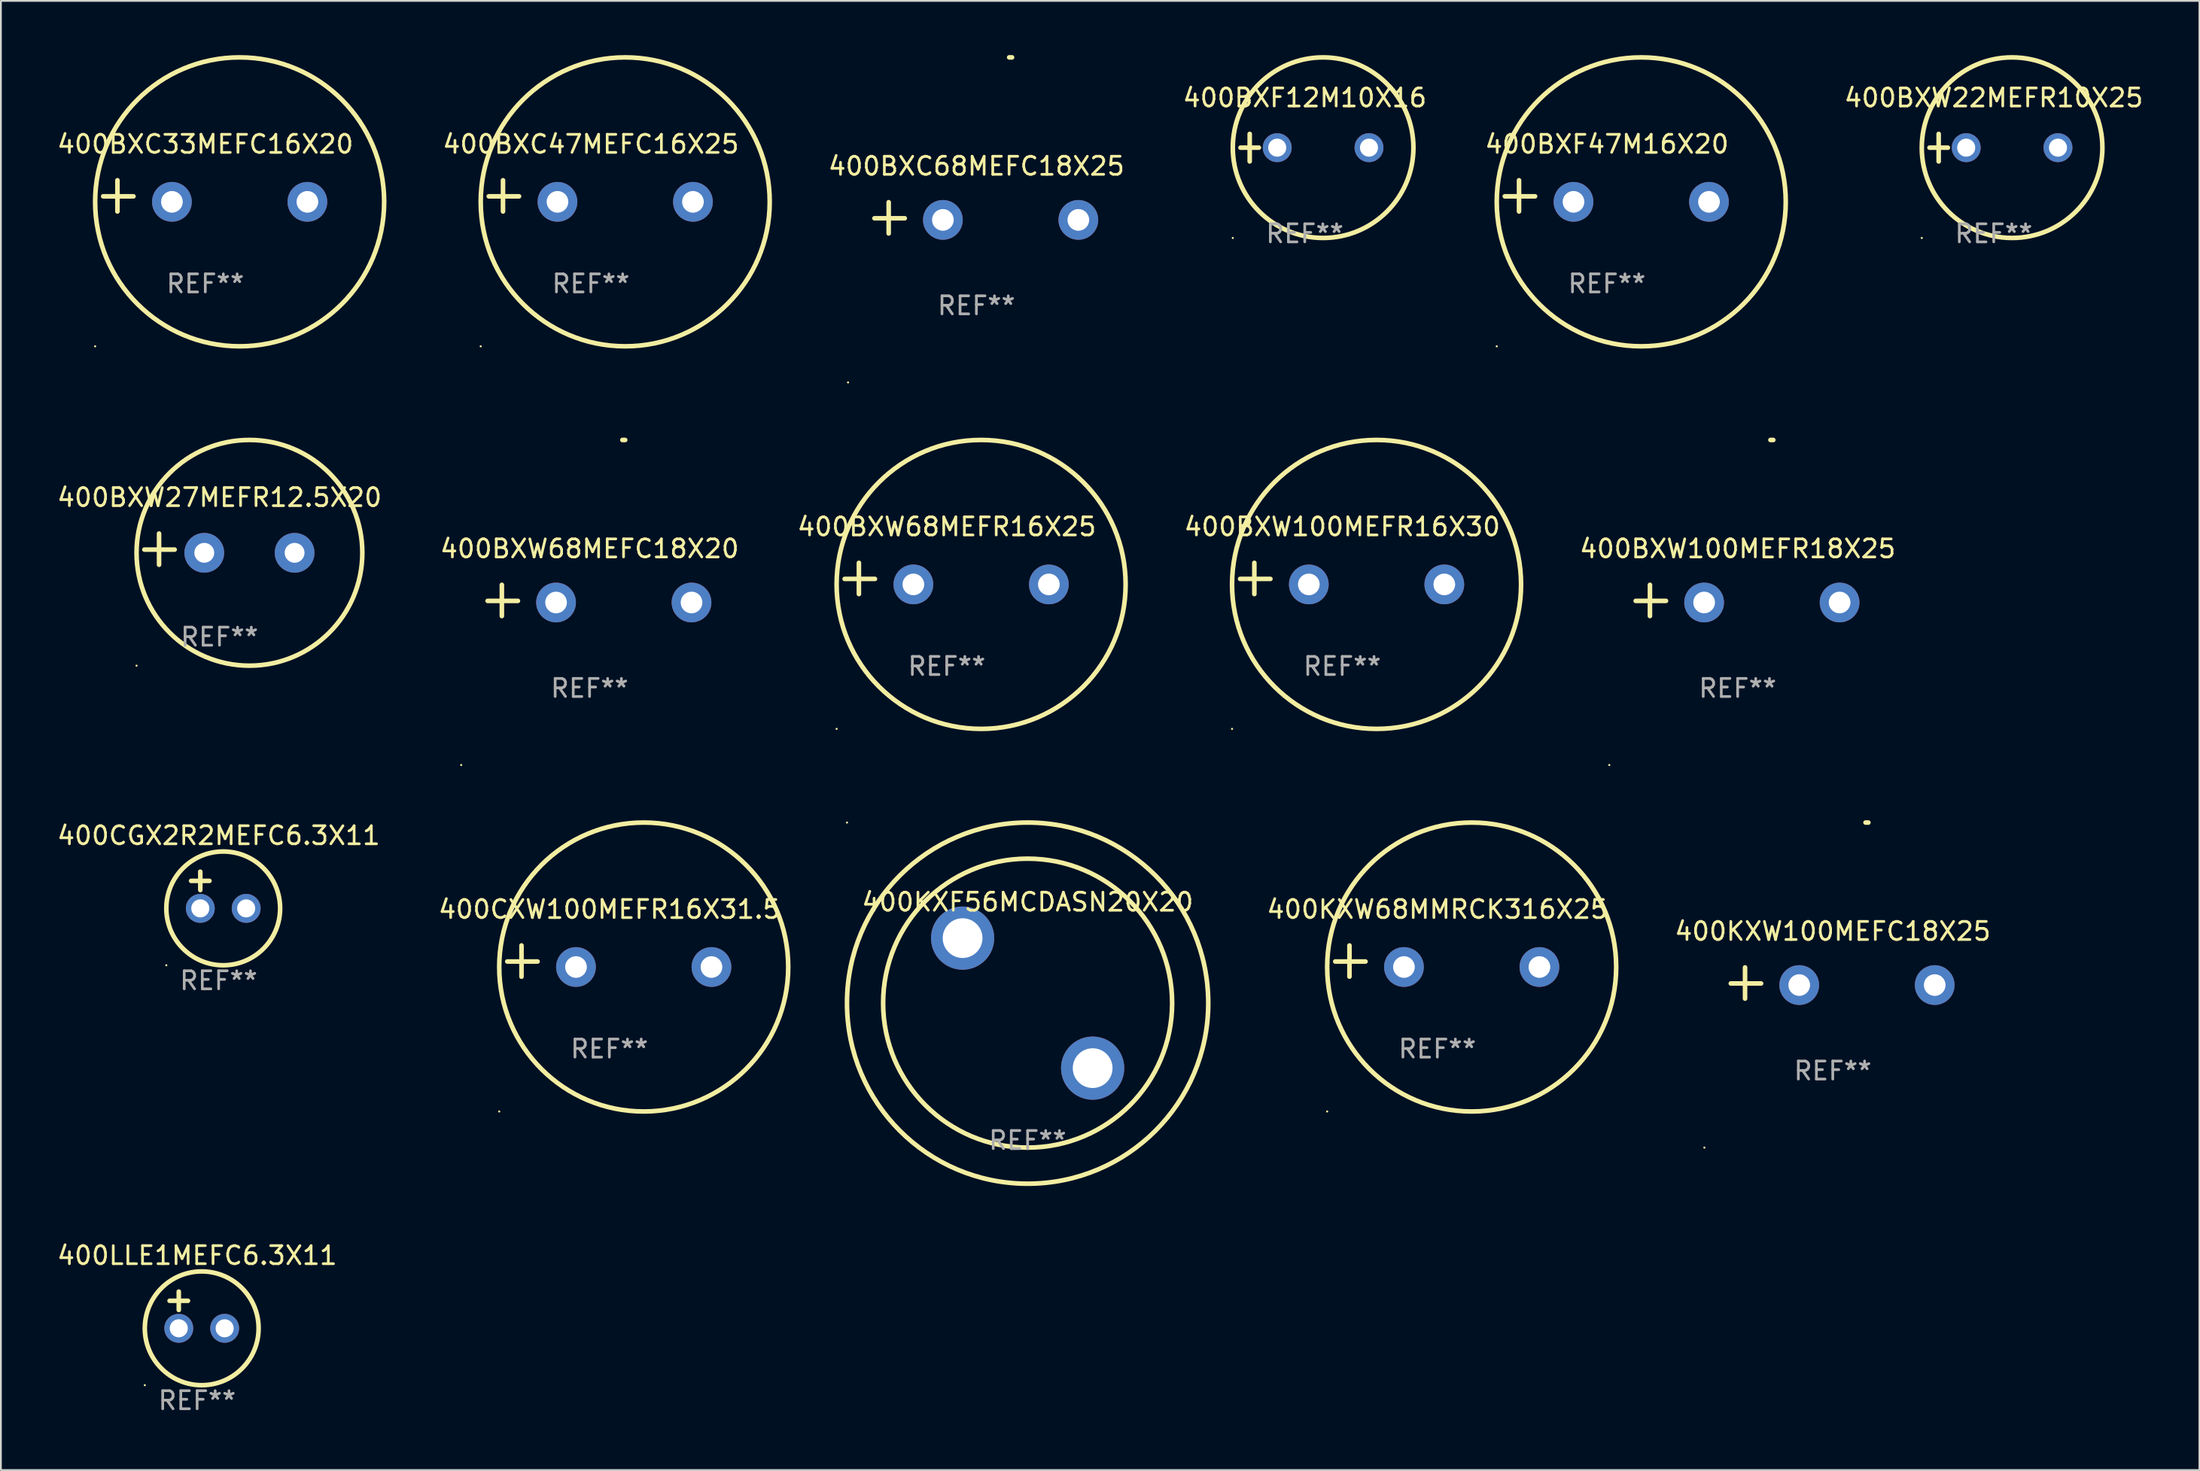
<source format=kicad_pcb>
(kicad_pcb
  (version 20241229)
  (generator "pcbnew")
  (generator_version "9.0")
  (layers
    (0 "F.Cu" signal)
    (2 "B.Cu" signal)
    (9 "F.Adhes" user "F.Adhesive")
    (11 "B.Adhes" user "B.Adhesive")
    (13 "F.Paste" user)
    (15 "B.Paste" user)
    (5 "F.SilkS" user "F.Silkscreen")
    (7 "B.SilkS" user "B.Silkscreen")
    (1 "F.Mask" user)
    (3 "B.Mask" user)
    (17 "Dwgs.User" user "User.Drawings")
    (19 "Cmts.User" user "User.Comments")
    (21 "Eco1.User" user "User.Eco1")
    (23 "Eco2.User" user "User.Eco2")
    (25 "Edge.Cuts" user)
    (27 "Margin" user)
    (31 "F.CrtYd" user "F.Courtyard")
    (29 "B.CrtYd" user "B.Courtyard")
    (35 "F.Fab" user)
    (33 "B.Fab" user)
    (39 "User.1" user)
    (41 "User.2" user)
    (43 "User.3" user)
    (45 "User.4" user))
  (footprint "400KXW100MEFC18X25"
    (layer "F.Cu")
    (at 98.412 51.386)
    (property "Reference" "400KXW100MEFC18X25" (at 0 -2.864 0) (layer "F.SilkS") (effects (font (size 1 1) (thickness 0.15))))
    (attr through_hole)
    (fp_line (start -4.856 0.864) (end -4.856 -0.864) (stroke (width 0.254) (type solid)) (layer "F.SilkS"))
    (fp_line (start -3.967 0.025) (end -5.644 0.025) (stroke (width 0.254) (type solid)) (layer "F.SilkS"))
    (fp_arc (start 1.815024 -8.885649) (mid 1.893764 -8.88599) (end 1.972504 -8.885649) (stroke (width 0.254001) (type solid)) (layer "F.SilkS"))
    (fp_circle (center -7.106 9.114) (end -7.076 9.114) (stroke (width 0.06) (type solid)) (fill no) (layer "F.SilkS"))
    (fp_text user "REF**" (at 0 4.864 0) (layer "F.Fab") (effects (font (size 1 1) (thickness 0.15))))
    (pad "1" thru_hole circle (at -1.856 0.114) (size 2.2 2.2) (drill 1.2) (layers "*.Cu" "*.Mask"))
    (pad "2" thru_hole circle (at 5.644 0.114) (size 2.2 2.2) (drill 1.2) (layers "*.Cu" "*.Mask")))
  (footprint "400KXW68MMRCK316X25"
    (layer "F.Cu")
    (at 76.521 50.17)
    (property "Reference" "400KXW68MMRCK316X25" (at 0 -2.864 0) (layer "F.SilkS") (effects (font (size 1 1) (thickness 0.15))))
    (attr through_hole)
    (fp_line (start -4.864 0.864) (end -4.864 -0.864) (stroke (width 0.254) (type solid)) (layer "F.SilkS"))
    (fp_line (start -3.975 0.025) (end -5.652 0.025) (stroke (width 0.254) (type solid)) (layer "F.SilkS"))
    (fp_circle (center -6.098 8.33) (end -6.068 8.33) (stroke (width 0.06) (type solid)) (fill no) (layer "F.SilkS"))
    (fp_circle (center 1.902 0.33) (end 9.902 0.33) (stroke (width 0.254) (type solid)) (fill no) (layer "F.SilkS"))
    (fp_text user "REF**" (at 0 4.864 0) (layer "F.Fab") (effects (font (size 1 1) (thickness 0.15))))
    (pad "1" thru_hole circle (at -1.848 0.33) (size 2.2 2.2) (drill 1.2) (layers "*.Cu" "*.Mask"))
    (pad "2" thru_hole circle (at 5.652 0.33) (size 2.2 2.2) (drill 1.2) (layers "*.Cu" "*.Mask")))
  (footprint "400CGX2R2MEFC6.3X11"
    (layer "F.Cu")
    (at 9.054 46.237)
    (property "Reference" "400CGX2R2MEFC6.3X11" (at 0 -3.016 0) (layer "F.SilkS") (effects (font (size 1 1) (thickness 0.15))))
    (attr through_hole)
    (fp_line (start -1.524 -0.508) (end -0.508 -0.508) (stroke (width 0.254) (type solid)) (layer "F.SilkS"))
    (fp_line (start -1.016 -1.016) (end -1.016 0) (stroke (width 0.254) (type solid)) (layer "F.SilkS"))
    (fp_circle (center -2.896 4.166) (end -2.866 4.166) (stroke (width 0.06) (type solid)) (fill no) (layer "F.SilkS"))
    (fp_circle (center 0.254 1.016) (end 3.404 1.016) (stroke (width 0.254) (type solid)) (fill no) (layer "F.SilkS"))
    (fp_text user "REF**" (at 0 5.016 0) (layer "F.Fab") (effects (font (size 1 1) (thickness 0.15))))
    (pad "1" thru_hole circle (at -1.016 1.016) (size 1.6 1.6) (drill 1) (layers "*.Cu" "*.Mask"))
    (pad "2" thru_hole circle (at 1.524 1.016) (size 1.6 1.6) (drill 1) (layers "*.Cu" "*.Mask")))
  (footprint "400BXF47M16X20"
    (layer "F.Cu")
    (at 85.908 7.797)
    (property "Reference" "400BXF47M16X20" (at 0 -2.864 0) (layer "F.SilkS") (effects (font (size 1 1) (thickness 0.15))))
    (attr through_hole)
    (fp_line (start -4.864 0.864) (end -4.864 -0.864) (stroke (width 0.254) (type solid)) (layer "F.SilkS"))
    (fp_line (start -3.975 0.025) (end -5.652 0.025) (stroke (width 0.254) (type solid)) (layer "F.SilkS"))
    (fp_circle (center -6.098 8.33) (end -6.068 8.33) (stroke (width 0.06) (type solid)) (fill no) (layer "F.SilkS"))
    (fp_circle (center 1.902 0.33) (end 9.902 0.33) (stroke (width 0.254) (type solid)) (fill no) (layer "F.SilkS"))
    (fp_text user "REF**" (at 0 4.864 0) (layer "F.Fab") (effects (font (size 1 1) (thickness 0.15))))
    (pad "1" thru_hole circle (at -1.848 0.33) (size 2.2 2.2) (drill 1.2) (layers "*.Cu" "*.Mask"))
    (pad "2" thru_hole circle (at 5.652 0.33) (size 2.2 2.2) (drill 1.2) (layers "*.Cu" "*.Mask")))
  (footprint "400KXF56MCDASN20X20"
    (layer "F.Cu")
    (at 53.84 52.5)
    (property "Reference" "400KXF56MCDASN20X20" (at 0 -5.6 0) (layer "F.SilkS") (effects (font (size 1 1) (thickness 0.15))))
    (attr through_hole)
    (fp_circle (center -10 -10) (end -9.97 -10) (stroke (width 0.06) (type solid)) (fill no) (layer "F.SilkS"))
    (fp_circle (center 0 0) (end 8 0) (stroke (width 0.254) (type solid)) (fill no) (layer "F.SilkS"))
    (fp_circle (center 0 0) (end 10 0) (stroke (width 0.254) (type solid)) (fill no) (layer "F.SilkS"))
    (fp_text user "+" (at -5.334 -2.101 0) (layer "B.Mask") (effects (font (size 1 1) (thickness 0.15))))
    (fp_text user "REF**" (at 0 7.6 0) (layer "F.Fab") (effects (font (size 1 1) (thickness 0.15))))
    (pad "1" thru_hole circle (at -3.6 -3.6) (size 3.5 3.5) (drill 2.2) (layers "*.Cu" "*.Mask"))
    (pad "2" thru_hole circle (at 3.6 3.6) (size 3.5 3.5) (drill 2.2) (layers "*.Cu" "*.Mask")))
  (footprint "400BXW22MEFR10X25"
    (layer "F.Cu")
    (at 107.324 5.127)
    (property "Reference" "400BXW22MEFR10X25" (at 0 -2.762 0) (layer "F.SilkS") (effects (font (size 1 1) (thickness 0.15))))
    (attr through_hole)
    (fp_line (start -3.556 0) (end -2.54 0) (stroke (width 0.254) (type solid)) (layer "F.SilkS"))
    (fp_line (start -3.048 -0.762) (end -3.048 0.762) (stroke (width 0.254) (type solid)) (layer "F.SilkS"))
    (fp_circle (center -3.984 5) (end -3.954 5) (stroke (width 0.06) (type solid)) (fill no) (layer "F.SilkS"))
    (fp_circle (center 1.016 0) (end 6.016 0) (stroke (width 0.254) (type solid)) (fill no) (layer "F.SilkS"))
    (fp_text user "REF**" (at 0 4.762 0) (layer "F.Fab") (effects (font (size 1 1) (thickness 0.15))))
    (pad "1" thru_hole circle (at -1.524 0) (size 1.6 1.6) (drill 1) (layers "*.Cu" "*.Mask"))
    (pad "2" thru_hole circle (at 3.556 0) (size 1.6 1.6) (drill 1) (layers "*.Cu" "*.Mask")))
  (footprint "400BXW68MEFC18X20"
    (layer "F.Cu")
    (at 29.589 30.2)
    (property "Reference" "400BXW68MEFC18X20" (at 0 -2.864 0) (layer "F.SilkS") (effects (font (size 1 1) (thickness 0.15))))
    (attr through_hole)
    (fp_line (start -4.856 0.864) (end -4.856 -0.864) (stroke (width 0.254) (type solid)) (layer "F.SilkS"))
    (fp_line (start -3.967 0.025) (end -5.644 0.025) (stroke (width 0.254) (type solid)) (layer "F.SilkS"))
    (fp_arc (start 1.815024 -8.885649) (mid 1.893764 -8.88599) (end 1.972504 -8.885649) (stroke (width 0.254001) (type solid)) (layer "F.SilkS"))
    (fp_circle (center -7.106 9.114) (end -7.076 9.114) (stroke (width 0.06) (type solid)) (fill no) (layer "F.SilkS"))
    (fp_text user "REF**" (at 0 4.864 0) (layer "F.Fab") (effects (font (size 1 1) (thickness 0.15))))
    (pad "1" thru_hole circle (at -1.856 0.114) (size 2.2 2.2) (drill 1.2) (layers "*.Cu" "*.Mask"))
    (pad "2" thru_hole circle (at 5.644 0.114) (size 2.2 2.2) (drill 1.2) (layers "*.Cu" "*.Mask")))
  (footprint "400BXC33MEFC16X20"
    (layer "F.Cu")
    (at 8.315 7.797)
    (property "Reference" "400BXC33MEFC16X20" (at 0 -2.864 0) (layer "F.SilkS") (effects (font (size 1 1) (thickness 0.15))))
    (attr through_hole)
    (fp_line (start -4.864 0.864) (end -4.864 -0.864) (stroke (width 0.254) (type solid)) (layer "F.SilkS"))
    (fp_line (start -3.975 0.025) (end -5.652 0.025) (stroke (width 0.254) (type solid)) (layer "F.SilkS"))
    (fp_circle (center -6.098 8.33) (end -6.068 8.33) (stroke (width 0.06) (type solid)) (fill no) (layer "F.SilkS"))
    (fp_circle (center 1.902 0.33) (end 9.902 0.33) (stroke (width 0.254) (type solid)) (fill no) (layer "F.SilkS"))
    (fp_text user "REF**" (at 0 4.864 0) (layer "F.Fab") (effects (font (size 1 1) (thickness 0.15))))
    (pad "1" thru_hole circle (at -1.848 0.33) (size 2.2 2.2) (drill 1.2) (layers "*.Cu" "*.Mask"))
    (pad "2" thru_hole circle (at 5.652 0.33) (size 2.2 2.2) (drill 1.2) (layers "*.Cu" "*.Mask")))
  (footprint "400CXW100MEFR16X31.5"
    (layer "F.Cu")
    (at 30.685 50.17)
    (property "Reference" "400CXW100MEFR16X31.5" (at 0 -2.864 0) (layer "F.SilkS") (effects (font (size 1 1) (thickness 0.15))))
    (attr through_hole)
    (fp_line (start -4.864 0.864) (end -4.864 -0.864) (stroke (width 0.254) (type solid)) (layer "F.SilkS"))
    (fp_line (start -3.975 0.025) (end -5.652 0.025) (stroke (width 0.254) (type solid)) (layer "F.SilkS"))
    (fp_circle (center -6.098 8.33) (end -6.068 8.33) (stroke (width 0.06) (type solid)) (fill no) (layer "F.SilkS"))
    (fp_circle (center 1.902 0.33) (end 9.902 0.33) (stroke (width 0.254) (type solid)) (fill no) (layer "F.SilkS"))
    (fp_text user "REF**" (at 0 4.864 0) (layer "F.Fab") (effects (font (size 1 1) (thickness 0.15))))
    (pad "1" thru_hole circle (at -1.848 0.33) (size 2.2 2.2) (drill 1.2) (layers "*.Cu" "*.Mask"))
    (pad "2" thru_hole circle (at 5.652 0.33) (size 2.2 2.2) (drill 1.2) (layers "*.Cu" "*.Mask")))
  (footprint "400LLE1MEFC6.3X11"
    (layer "F.Cu")
    (at 7.863 69.491)
    (property "Reference" "400LLE1MEFC6.3X11" (at 0 -3.016 0) (layer "F.SilkS") (effects (font (size 1 1) (thickness 0.15))))
    (attr through_hole)
    (fp_line (start -1.524 -0.508) (end -0.508 -0.508) (stroke (width 0.254) (type solid)) (layer "F.SilkS"))
    (fp_line (start -1.016 -1.016) (end -1.016 0) (stroke (width 0.254) (type solid)) (layer "F.SilkS"))
    (fp_circle (center -2.896 4.166) (end -2.866 4.166) (stroke (width 0.06) (type solid)) (fill no) (layer "F.SilkS"))
    (fp_circle (center 0.254 1.016) (end 3.404 1.016) (stroke (width 0.254) (type solid)) (fill no) (layer "F.SilkS"))
    (fp_text user "REF**" (at 0 5.016 0) (layer "F.Fab") (effects (font (size 1 1) (thickness 0.15))))
    (pad "1" thru_hole circle (at -1.016 1.016) (size 1.6 1.6) (drill 1) (layers "*.Cu" "*.Mask"))
    (pad "2" thru_hole circle (at 1.524 1.016) (size 1.6 1.6) (drill 1) (layers "*.Cu" "*.Mask")))
  (footprint "400BXW100MEFR18X25"
    (layer "F.Cu")
    (at 93.147 30.2)
    (property "Reference" "400BXW100MEFR18X25" (at 0 -2.864 0) (layer "F.SilkS") (effects (font (size 1 1) (thickness 0.15))))
    (attr through_hole)
    (fp_line (start -4.856 0.864) (end -4.856 -0.864) (stroke (width 0.254) (type solid)) (layer "F.SilkS"))
    (fp_line (start -3.967 0.025) (end -5.644 0.025) (stroke (width 0.254) (type solid)) (layer "F.SilkS"))
    (fp_arc (start 1.815024 -8.885649) (mid 1.893764 -8.88599) (end 1.972504 -8.885649) (stroke (width 0.254001) (type solid)) (layer "F.SilkS"))
    (fp_circle (center -7.106 9.114) (end -7.076 9.114) (stroke (width 0.06) (type solid)) (fill no) (layer "F.SilkS"))
    (fp_text user "REF**" (at 0 4.864 0) (layer "F.Fab") (effects (font (size 1 1) (thickness 0.15))))
    (pad "1" thru_hole circle (at -1.856 0.114) (size 2.2 2.2) (drill 1.2) (layers "*.Cu" "*.Mask"))
    (pad "2" thru_hole circle (at 5.644 0.114) (size 2.2 2.2) (drill 1.2) (layers "*.Cu" "*.Mask")))
  (footprint "400BXF12M10X16"
    (layer "F.Cu")
    (at 69.182 5.127)
    (property "Reference" "400BXF12M10X16" (at 0 -2.762 0) (layer "F.SilkS") (effects (font (size 1 1) (thickness 0.15))))
    (attr through_hole)
    (fp_line (start -3.556 0) (end -2.54 0) (stroke (width 0.254) (type solid)) (layer "F.SilkS"))
    (fp_line (start -3.048 -0.762) (end -3.048 0.762) (stroke (width 0.254) (type solid)) (layer "F.SilkS"))
    (fp_circle (center -3.984 5) (end -3.954 5) (stroke (width 0.06) (type solid)) (fill no) (layer "F.SilkS"))
    (fp_circle (center 1.016 0) (end 6.016 0) (stroke (width 0.254) (type solid)) (fill no) (layer "F.SilkS"))
    (fp_text user "REF**" (at 0 4.762 0) (layer "F.Fab") (effects (font (size 1 1) (thickness 0.15))))
    (pad "1" thru_hole circle (at -1.524 0) (size 1.6 1.6) (drill 1) (layers "*.Cu" "*.Mask"))
    (pad "2" thru_hole circle (at 3.556 0) (size 1.6 1.6) (drill 1) (layers "*.Cu" "*.Mask")))
  (footprint "400BXW27MEFR12.5X20"
    (layer "F.Cu")
    (at 9.101 27.36)
    (property "Reference" "400BXW27MEFR12.5X20" (at 0 -2.864 0) (layer "F.SilkS") (effects (font (size 1 1) (thickness 0.15))))
    (attr through_hole)
    (fp_line (start -3.346 0.864) (end -3.346 -0.864) (stroke (width 0.254) (type solid)) (layer "F.SilkS"))
    (fp_line (start -2.482 0.025) (end -4.158 0.025) (stroke (width 0.254) (type solid)) (layer "F.SilkS"))
    (fp_circle (center -4.592 6.453) (end -4.562 6.453) (stroke (width 0.06) (type solid)) (fill no) (layer "F.SilkS"))
    (fp_circle (center 1.658 0.203) (end 7.908 0.203) (stroke (width 0.254) (type solid)) (fill no) (layer "F.SilkS"))
    (fp_text user "REF**" (at 0 4.864 0) (layer "F.Fab") (effects (font (size 1 1) (thickness 0.15))))
    (pad "1" thru_hole circle (at -0.842 0.203) (size 2.2 2.2) (drill 1.1) (layers "*.Cu" "*.Mask"))
    (pad "2" thru_hole circle (at 4.158 0.203) (size 2.2 2.2) (drill 1.1) (layers "*.Cu" "*.Mask")))
  (footprint "400BXW68MEFR16X25"
    (layer "F.Cu")
    (at 49.363 28.983)
    (property "Reference" "400BXW68MEFR16X25" (at 0 -2.864 0) (layer "F.SilkS") (effects (font (size 1 1) (thickness 0.15))))
    (attr through_hole)
    (fp_line (start -4.864 0.864) (end -4.864 -0.864) (stroke (width 0.254) (type solid)) (layer "F.SilkS"))
    (fp_line (start -3.975 0.025) (end -5.652 0.025) (stroke (width 0.254) (type solid)) (layer "F.SilkS"))
    (fp_circle (center -6.098 8.33) (end -6.068 8.33) (stroke (width 0.06) (type solid)) (fill no) (layer "F.SilkS"))
    (fp_circle (center 1.902 0.33) (end 9.902 0.33) (stroke (width 0.254) (type solid)) (fill no) (layer "F.SilkS"))
    (fp_text user "REF**" (at 0 4.864 0) (layer "F.Fab") (effects (font (size 1 1) (thickness 0.15))))
    (pad "1" thru_hole circle (at -1.848 0.33) (size 2.2 2.2) (drill 1.2) (layers "*.Cu" "*.Mask"))
    (pad "2" thru_hole circle (at 5.652 0.33) (size 2.2 2.2) (drill 1.2) (layers "*.Cu" "*.Mask")))
  (footprint "400BXC47MEFC16X25"
    (layer "F.Cu")
    (at 29.66 7.797)
    (property "Reference" "400BXC47MEFC16X25" (at 0 -2.864 0) (layer "F.SilkS") (effects (font (size 1 1) (thickness 0.15))))
    (attr through_hole)
    (fp_line (start -4.864 0.864) (end -4.864 -0.864) (stroke (width 0.254) (type solid)) (layer "F.SilkS"))
    (fp_line (start -3.975 0.025) (end -5.652 0.025) (stroke (width 0.254) (type solid)) (layer "F.SilkS"))
    (fp_circle (center -6.098 8.33) (end -6.068 8.33) (stroke (width 0.06) (type solid)) (fill no) (layer "F.SilkS"))
    (fp_circle (center 1.902 0.33) (end 9.902 0.33) (stroke (width 0.254) (type solid)) (fill no) (layer "F.SilkS"))
    (fp_text user "REF**" (at 0 4.864 0) (layer "F.Fab") (effects (font (size 1 1) (thickness 0.15))))
    (pad "1" thru_hole circle (at -1.848 0.33) (size 2.2 2.2) (drill 1.2) (layers "*.Cu" "*.Mask"))
    (pad "2" thru_hole circle (at 5.652 0.33) (size 2.2 2.2) (drill 1.2) (layers "*.Cu" "*.Mask")))
  (footprint "400BXW100MEFR16X30"
    (layer "F.Cu")
    (at 71.255 28.983)
    (property "Reference" "400BXW100MEFR16X30" (at 0 -2.864 0) (layer "F.SilkS") (effects (font (size 1 1) (thickness 0.15))))
    (attr through_hole)
    (fp_line (start -4.864 0.864) (end -4.864 -0.864) (stroke (width 0.254) (type solid)) (layer "F.SilkS"))
    (fp_line (start -3.975 0.025) (end -5.652 0.025) (stroke (width 0.254) (type solid)) (layer "F.SilkS"))
    (fp_circle (center -6.098 8.33) (end -6.068 8.33) (stroke (width 0.06) (type solid)) (fill no) (layer "F.SilkS"))
    (fp_circle (center 1.902 0.33) (end 9.902 0.33) (stroke (width 0.254) (type solid)) (fill no) (layer "F.SilkS"))
    (fp_text user "REF**" (at 0 4.864 0) (layer "F.Fab") (effects (font (size 1 1) (thickness 0.15))))
    (pad "1" thru_hole circle (at -1.848 0.33) (size 2.2 2.2) (drill 1.2) (layers "*.Cu" "*.Mask"))
    (pad "2" thru_hole circle (at 5.652 0.33) (size 2.2 2.2) (drill 1.2) (layers "*.Cu" "*.Mask")))
  (footprint "400BXC68MEFC18X25"
    (layer "F.Cu")
    (at 51.004 9.013)
    (property "Reference" "400BXC68MEFC18X25" (at 0 -2.864 0) (layer "F.SilkS") (effects (font (size 1 1) (thickness 0.15))))
    (attr through_hole)
    (fp_line (start -4.856 0.864) (end -4.856 -0.864) (stroke (width 0.254) (type solid)) (layer "F.SilkS"))
    (fp_line (start -3.967 0.025) (end -5.644 0.025) (stroke (width 0.254) (type solid)) (layer "F.SilkS"))
    (fp_arc (start 1.815024 -8.885649) (mid 1.893764 -8.88599) (end 1.972504 -8.885649) (stroke (width 0.254001) (type solid)) (layer "F.SilkS"))
    (fp_circle (center -7.106 9.114) (end -7.076 9.114) (stroke (width 0.06) (type solid)) (fill no) (layer "F.SilkS"))
    (fp_text user "REF**" (at 0 4.864 0) (layer "F.Fab") (effects (font (size 1 1) (thickness 0.15))))
    (pad "1" thru_hole circle (at -1.856 0.114) (size 2.2 2.2) (drill 1.2) (layers "*.Cu" "*.Mask"))
    (pad "2" thru_hole circle (at 5.644 0.114) (size 2.2 2.2) (drill 1.2) (layers "*.Cu" "*.Mask")))
  (gr_rect
    (start -3 -3)
    (end 118.711 78.356)
    (stroke (width 0.1) (type default))
    (fill no)
    (layer "Edge.Cuts")))
</source>
